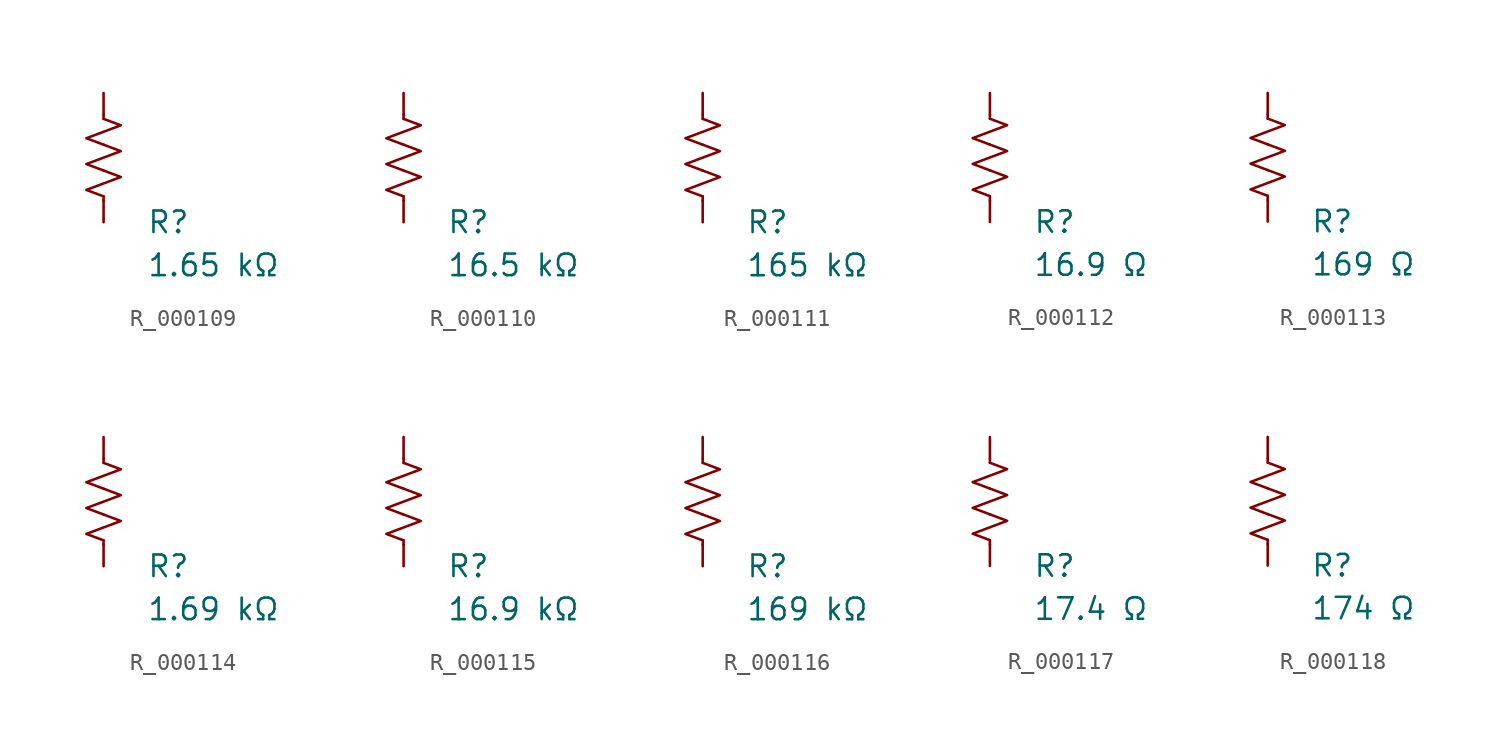
<source format=kicad_sym>
(kicad_symbol_lib
  (version 20231120)
  (generator "kicad_symbol_editor")
  (generator_version "8.0")
  (symbol "R_000109"
    (pin_numbers hide)
    (pin_names
      (offset 0))
    (property "Reference" "R"
      (at 2.54 -3.81 0)
      (effects (font (size 1.27 1.27)) (justify left))
      (show_name no))
    (property "Value" "1.65 kΩ"
      (at 2.54 -6.35 0)
      (effects (font (size 1.27 1.27)) (justify left))
      (show_name no))
    (symbol "R_000109_0_1"
      (polyline (pts (xy 0 -2.286) (xy 0 -2.54)) (stroke (width 0) (type default)) (fill (type none)))
      (polyline (pts (xy 0 2.286) (xy 0 2.54)) (stroke (width 0) (type default)) (fill (type none)))
      (polyline (pts (xy 0 -0.762) (xy 1.016 -1.143) (xy 0 -1.524) (xy -1.016 -1.905) (xy 0 -2.286)) (stroke (width 0) (type default)) (fill (type none)))
      (polyline (pts (xy 0 0.762) (xy 1.016 0.381) (xy 0 0) (xy -1.016 -0.381) (xy 0 -0.762)) (stroke (width 0) (type default)) (fill (type none)))
      (polyline (pts (xy 0 2.286) (xy 1.016 1.905) (xy 0 1.524) (xy -1.016 1.143) (xy 0 0.762)) (stroke (width 0) (type default)) (fill (type none))))
    (symbol "R_000109_1_1"
      (pin passive line (at 0 3.81 270) (length 1.27) (name "~" (effects (font (size 1.27 1.27)))) (number "1" (effects (font (size 1.27 1.27)))))
      (pin passive line (at 0 -3.81 90) (length 1.27) (name "~" (effects (font (size 1.27 1.27)))) (number "2" (effects (font (size 1.27 1.27)))))))
  (symbol "R_000110"
    (pin_numbers hide)
    (pin_names
      (offset 0))
    (property "Reference" "R"
      (at 2.54 -3.81 0)
      (effects (font (size 1.27 1.27)) (justify left))
      (show_name no))
    (property "Value" "16.5 kΩ"
      (at 2.54 -6.35 0)
      (effects (font (size 1.27 1.27)) (justify left))
      (show_name no))
    (symbol "R_000110_0_1"
      (polyline (pts (xy 0 -2.286) (xy 0 -2.54)) (stroke (width 0) (type default)) (fill (type none)))
      (polyline (pts (xy 0 2.286) (xy 0 2.54)) (stroke (width 0) (type default)) (fill (type none)))
      (polyline (pts (xy 0 -0.762) (xy 1.016 -1.143) (xy 0 -1.524) (xy -1.016 -1.905) (xy 0 -2.286)) (stroke (width 0) (type default)) (fill (type none)))
      (polyline (pts (xy 0 0.762) (xy 1.016 0.381) (xy 0 0) (xy -1.016 -0.381) (xy 0 -0.762)) (stroke (width 0) (type default)) (fill (type none)))
      (polyline (pts (xy 0 2.286) (xy 1.016 1.905) (xy 0 1.524) (xy -1.016 1.143) (xy 0 0.762)) (stroke (width 0) (type default)) (fill (type none))))
    (symbol "R_000110_1_1"
      (pin passive line (at 0 3.81 270) (length 1.27) (name "~" (effects (font (size 1.27 1.27)))) (number "1" (effects (font (size 1.27 1.27)))))
      (pin passive line (at 0 -3.81 90) (length 1.27) (name "~" (effects (font (size 1.27 1.27)))) (number "2" (effects (font (size 1.27 1.27)))))))
  (symbol "R_000111"
    (pin_numbers hide)
    (pin_names
      (offset 0))
    (property "Reference" "R"
      (at 2.54 -3.81 0)
      (effects (font (size 1.27 1.27)) (justify left))
      (show_name no))
    (property "Value" "165 kΩ"
      (at 2.54 -6.35 0)
      (effects (font (size 1.27 1.27)) (justify left))
      (show_name no))
    (symbol "R_000111_0_1"
      (polyline (pts (xy 0 -2.286) (xy 0 -2.54)) (stroke (width 0) (type default)) (fill (type none)))
      (polyline (pts (xy 0 2.286) (xy 0 2.54)) (stroke (width 0) (type default)) (fill (type none)))
      (polyline (pts (xy 0 -0.762) (xy 1.016 -1.143) (xy 0 -1.524) (xy -1.016 -1.905) (xy 0 -2.286)) (stroke (width 0) (type default)) (fill (type none)))
      (polyline (pts (xy 0 0.762) (xy 1.016 0.381) (xy 0 0) (xy -1.016 -0.381) (xy 0 -0.762)) (stroke (width 0) (type default)) (fill (type none)))
      (polyline (pts (xy 0 2.286) (xy 1.016 1.905) (xy 0 1.524) (xy -1.016 1.143) (xy 0 0.762)) (stroke (width 0) (type default)) (fill (type none))))
    (symbol "R_000111_1_1"
      (pin passive line (at 0 3.81 270) (length 1.27) (name "~" (effects (font (size 1.27 1.27)))) (number "1" (effects (font (size 1.27 1.27)))))
      (pin passive line (at 0 -3.81 90) (length 1.27) (name "~" (effects (font (size 1.27 1.27)))) (number "2" (effects (font (size 1.27 1.27)))))))
  (symbol "R_000112"
    (pin_numbers hide)
    (pin_names
      (offset 0))
    (property "Reference" "R"
      (at 2.54 -3.81 0)
      (effects (font (size 1.27 1.27)) (justify left))
      (show_name no))
    (property "Value" "16.9 Ω"
      (at 2.54 -6.35 0)
      (effects (font (size 1.27 1.27)) (justify left))
      (show_name no))
    (symbol "R_000112_0_1"
      (polyline (pts (xy 0 -2.286) (xy 0 -2.54)) (stroke (width 0) (type default)) (fill (type none)))
      (polyline (pts (xy 0 2.286) (xy 0 2.54)) (stroke (width 0) (type default)) (fill (type none)))
      (polyline (pts (xy 0 -0.762) (xy 1.016 -1.143) (xy 0 -1.524) (xy -1.016 -1.905) (xy 0 -2.286)) (stroke (width 0) (type default)) (fill (type none)))
      (polyline (pts (xy 0 0.762) (xy 1.016 0.381) (xy 0 0) (xy -1.016 -0.381) (xy 0 -0.762)) (stroke (width 0) (type default)) (fill (type none)))
      (polyline (pts (xy 0 2.286) (xy 1.016 1.905) (xy 0 1.524) (xy -1.016 1.143) (xy 0 0.762)) (stroke (width 0) (type default)) (fill (type none))))
    (symbol "R_000112_1_1"
      (pin passive line (at 0 3.81 270) (length 1.27) (name "~" (effects (font (size 1.27 1.27)))) (number "1" (effects (font (size 1.27 1.27)))))
      (pin passive line (at 0 -3.81 90) (length 1.27) (name "~" (effects (font (size 1.27 1.27)))) (number "2" (effects (font (size 1.27 1.27)))))))
  (symbol "R_000113"
    (pin_numbers hide)
    (pin_names
      (offset 0))
    (property "Reference" "R"
      (at 2.54 -3.81 0)
      (effects (font (size 1.27 1.27)) (justify left))
      (show_name no))
    (property "Value" "169 Ω"
      (at 2.54 -6.35 0)
      (effects (font (size 1.27 1.27)) (justify left))
      (show_name no))
    (symbol "R_000113_0_1"
      (polyline (pts (xy 0 -2.286) (xy 0 -2.54)) (stroke (width 0) (type default)) (fill (type none)))
      (polyline (pts (xy 0 2.286) (xy 0 2.54)) (stroke (width 0) (type default)) (fill (type none)))
      (polyline (pts (xy 0 -0.762) (xy 1.016 -1.143) (xy 0 -1.524) (xy -1.016 -1.905) (xy 0 -2.286)) (stroke (width 0) (type default)) (fill (type none)))
      (polyline (pts (xy 0 0.762) (xy 1.016 0.381) (xy 0 0) (xy -1.016 -0.381) (xy 0 -0.762)) (stroke (width 0) (type default)) (fill (type none)))
      (polyline (pts (xy 0 2.286) (xy 1.016 1.905) (xy 0 1.524) (xy -1.016 1.143) (xy 0 0.762)) (stroke (width 0) (type default)) (fill (type none))))
    (symbol "R_000113_1_1"
      (pin passive line (at 0 3.81 270) (length 1.27) (name "~" (effects (font (size 1.27 1.27)))) (number "1" (effects (font (size 1.27 1.27)))))
      (pin passive line (at 0 -3.81 90) (length 1.27) (name "~" (effects (font (size 1.27 1.27)))) (number "2" (effects (font (size 1.27 1.27)))))))
  (symbol "R_000114"
    (pin_numbers hide)
    (pin_names
      (offset 0))
    (property "Reference" "R"
      (at 2.54 -3.81 0)
      (effects (font (size 1.27 1.27)) (justify left))
      (show_name no))
    (property "Value" "1.69 kΩ"
      (at 2.54 -6.35 0)
      (effects (font (size 1.27 1.27)) (justify left))
      (show_name no))
    (symbol "R_000114_0_1"
      (polyline (pts (xy 0 -2.286) (xy 0 -2.54)) (stroke (width 0) (type default)) (fill (type none)))
      (polyline (pts (xy 0 2.286) (xy 0 2.54)) (stroke (width 0) (type default)) (fill (type none)))
      (polyline (pts (xy 0 -0.762) (xy 1.016 -1.143) (xy 0 -1.524) (xy -1.016 -1.905) (xy 0 -2.286)) (stroke (width 0) (type default)) (fill (type none)))
      (polyline (pts (xy 0 0.762) (xy 1.016 0.381) (xy 0 0) (xy -1.016 -0.381) (xy 0 -0.762)) (stroke (width 0) (type default)) (fill (type none)))
      (polyline (pts (xy 0 2.286) (xy 1.016 1.905) (xy 0 1.524) (xy -1.016 1.143) (xy 0 0.762)) (stroke (width 0) (type default)) (fill (type none))))
    (symbol "R_000114_1_1"
      (pin passive line (at 0 3.81 270) (length 1.27) (name "~" (effects (font (size 1.27 1.27)))) (number "1" (effects (font (size 1.27 1.27)))))
      (pin passive line (at 0 -3.81 90) (length 1.27) (name "~" (effects (font (size 1.27 1.27)))) (number "2" (effects (font (size 1.27 1.27)))))))
  (symbol "R_000115"
    (pin_numbers hide)
    (pin_names
      (offset 0))
    (property "Reference" "R"
      (at 2.54 -3.81 0)
      (effects (font (size 1.27 1.27)) (justify left))
      (show_name no))
    (property "Value" "16.9 kΩ"
      (at 2.54 -6.35 0)
      (effects (font (size 1.27 1.27)) (justify left))
      (show_name no))
    (symbol "R_000115_0_1"
      (polyline (pts (xy 0 -2.286) (xy 0 -2.54)) (stroke (width 0) (type default)) (fill (type none)))
      (polyline (pts (xy 0 2.286) (xy 0 2.54)) (stroke (width 0) (type default)) (fill (type none)))
      (polyline (pts (xy 0 -0.762) (xy 1.016 -1.143) (xy 0 -1.524) (xy -1.016 -1.905) (xy 0 -2.286)) (stroke (width 0) (type default)) (fill (type none)))
      (polyline (pts (xy 0 0.762) (xy 1.016 0.381) (xy 0 0) (xy -1.016 -0.381) (xy 0 -0.762)) (stroke (width 0) (type default)) (fill (type none)))
      (polyline (pts (xy 0 2.286) (xy 1.016 1.905) (xy 0 1.524) (xy -1.016 1.143) (xy 0 0.762)) (stroke (width 0) (type default)) (fill (type none))))
    (symbol "R_000115_1_1"
      (pin passive line (at 0 3.81 270) (length 1.27) (name "~" (effects (font (size 1.27 1.27)))) (number "1" (effects (font (size 1.27 1.27)))))
      (pin passive line (at 0 -3.81 90) (length 1.27) (name "~" (effects (font (size 1.27 1.27)))) (number "2" (effects (font (size 1.27 1.27)))))))
  (symbol "R_000116"
    (pin_numbers hide)
    (pin_names
      (offset 0))
    (property "Reference" "R"
      (at 2.54 -3.81 0)
      (effects (font (size 1.27 1.27)) (justify left))
      (show_name no))
    (property "Value" "169 kΩ"
      (at 2.54 -6.35 0)
      (effects (font (size 1.27 1.27)) (justify left))
      (show_name no))
    (symbol "R_000116_0_1"
      (polyline (pts (xy 0 -2.286) (xy 0 -2.54)) (stroke (width 0) (type default)) (fill (type none)))
      (polyline (pts (xy 0 2.286) (xy 0 2.54)) (stroke (width 0) (type default)) (fill (type none)))
      (polyline (pts (xy 0 -0.762) (xy 1.016 -1.143) (xy 0 -1.524) (xy -1.016 -1.905) (xy 0 -2.286)) (stroke (width 0) (type default)) (fill (type none)))
      (polyline (pts (xy 0 0.762) (xy 1.016 0.381) (xy 0 0) (xy -1.016 -0.381) (xy 0 -0.762)) (stroke (width 0) (type default)) (fill (type none)))
      (polyline (pts (xy 0 2.286) (xy 1.016 1.905) (xy 0 1.524) (xy -1.016 1.143) (xy 0 0.762)) (stroke (width 0) (type default)) (fill (type none))))
    (symbol "R_000116_1_1"
      (pin passive line (at 0 3.81 270) (length 1.27) (name "~" (effects (font (size 1.27 1.27)))) (number "1" (effects (font (size 1.27 1.27)))))
      (pin passive line (at 0 -3.81 90) (length 1.27) (name "~" (effects (font (size 1.27 1.27)))) (number "2" (effects (font (size 1.27 1.27)))))))
  (symbol "R_000117"
    (pin_numbers hide)
    (pin_names
      (offset 0))
    (property "Reference" "R"
      (at 2.54 -3.81 0)
      (effects (font (size 1.27 1.27)) (justify left))
      (show_name no))
    (property "Value" "17.4 Ω"
      (at 2.54 -6.35 0)
      (effects (font (size 1.27 1.27)) (justify left))
      (show_name no))
    (symbol "R_000117_0_1"
      (polyline (pts (xy 0 -2.286) (xy 0 -2.54)) (stroke (width 0) (type default)) (fill (type none)))
      (polyline (pts (xy 0 2.286) (xy 0 2.54)) (stroke (width 0) (type default)) (fill (type none)))
      (polyline (pts (xy 0 -0.762) (xy 1.016 -1.143) (xy 0 -1.524) (xy -1.016 -1.905) (xy 0 -2.286)) (stroke (width 0) (type default)) (fill (type none)))
      (polyline (pts (xy 0 0.762) (xy 1.016 0.381) (xy 0 0) (xy -1.016 -0.381) (xy 0 -0.762)) (stroke (width 0) (type default)) (fill (type none)))
      (polyline (pts (xy 0 2.286) (xy 1.016 1.905) (xy 0 1.524) (xy -1.016 1.143) (xy 0 0.762)) (stroke (width 0) (type default)) (fill (type none))))
    (symbol "R_000117_1_1"
      (pin passive line (at 0 3.81 270) (length 1.27) (name "~" (effects (font (size 1.27 1.27)))) (number "1" (effects (font (size 1.27 1.27)))))
      (pin passive line (at 0 -3.81 90) (length 1.27) (name "~" (effects (font (size 1.27 1.27)))) (number "2" (effects (font (size 1.27 1.27)))))))
  (symbol "R_000118"
    (pin_numbers hide)
    (pin_names
      (offset 0))
    (property "Reference" "R"
      (at 2.54 -3.81 0)
      (effects (font (size 1.27 1.27)) (justify left))
      (show_name no))
    (property "Value" "174 Ω"
      (at 2.54 -6.35 0)
      (effects (font (size 1.27 1.27)) (justify left))
      (show_name no))
    (symbol "R_000118_0_1"
      (polyline (pts (xy 0 -2.286) (xy 0 -2.54)) (stroke (width 0) (type default)) (fill (type none)))
      (polyline (pts (xy 0 2.286) (xy 0 2.54)) (stroke (width 0) (type default)) (fill (type none)))
      (polyline (pts (xy 0 -0.762) (xy 1.016 -1.143) (xy 0 -1.524) (xy -1.016 -1.905) (xy 0 -2.286)) (stroke (width 0) (type default)) (fill (type none)))
      (polyline (pts (xy 0 0.762) (xy 1.016 0.381) (xy 0 0) (xy -1.016 -0.381) (xy 0 -0.762)) (stroke (width 0) (type default)) (fill (type none)))
      (polyline (pts (xy 0 2.286) (xy 1.016 1.905) (xy 0 1.524) (xy -1.016 1.143) (xy 0 0.762)) (stroke (width 0) (type default)) (fill (type none))))
    (symbol "R_000118_1_1"
      (pin passive line (at 0 3.81 270) (length 1.27) (name "~" (effects (font (size 1.27 1.27)))) (number "1" (effects (font (size 1.27 1.27)))))
      (pin passive line (at 0 -3.81 90) (length 1.27) (name "~" (effects (font (size 1.27 1.27)))) (number "2" (effects (font (size 1.27 1.27))))))))
</source>
